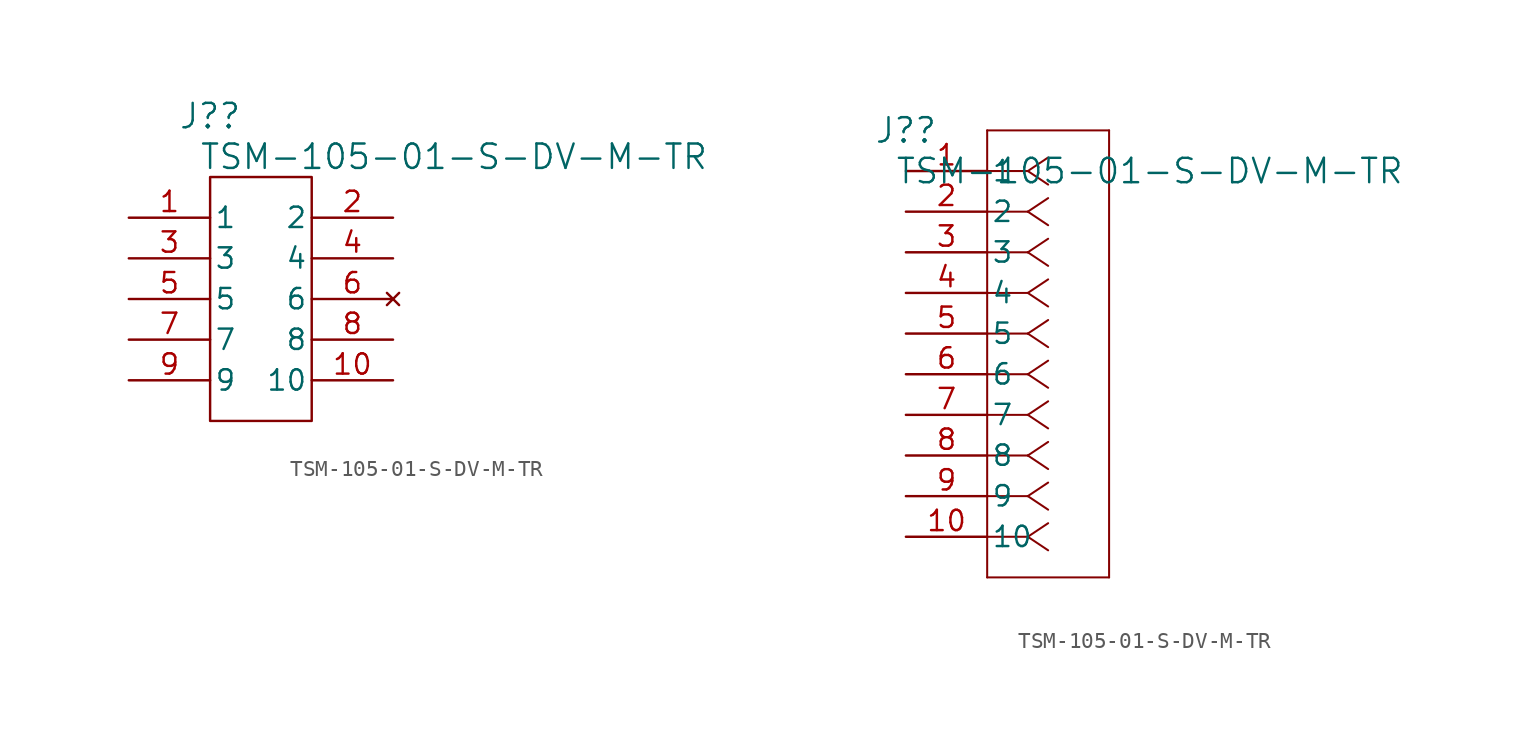
<source format=kicad_sym>
(kicad_symbol_lib
  (version 20220914)
  (generator kicad_symbol_editor)
  (symbol "TSM-105-01-S-DV-M-TR"
    (pin_names
      (offset 0.254))
    (property "Reference" "J?"
      (at 0 2.54 0)
      (effects (font (size 1.524 1.524))))
    (property "Value" "TSM-105-01-S-DV-M-TR"
      (at 15.24 0 0)
      (effects (font (size 1.524 1.524))))
    (property "ki_locked" ""
      (at 0 0 0)
      (effects (font (size 1.27 1.27))))
    (symbol "TSM-105-01-S-DV-M-TR_1_1"
      (rectangle (start 0 -1.27) (end 6.35 -16.51) (stroke (width 0) (type default)) (fill (type none)))
      (pin power_in line (at -5.08 -3.81 0) (length 5.08) (name "1" (effects (font (size 1.27 1.27)))) (number "1" (effects (font (size 1.27 1.27)))))
      (pin bidirectional line (at 11.43 -13.97 180) (length 5.08) (name "10" (effects (font (size 1.27 1.27)))) (number "10" (effects (font (size 1.27 1.27)))))
      (pin bidirectional line (at 11.43 -3.81 180) (length 5.08) (name "2" (effects (font (size 1.27 1.27)))) (number "2" (effects (font (size 1.27 1.27)))))
      (pin power_in line (at -5.08 -6.35 0) (length 5.08) (name "3" (effects (font (size 1.27 1.27)))) (number "3" (effects (font (size 1.27 1.27)))))
      (pin bidirectional line (at 11.43 -6.35 180) (length 5.08) (name "4" (effects (font (size 1.27 1.27)))) (number "4" (effects (font (size 1.27 1.27)))))
      (pin power_in line (at -5.08 -8.89 0) (length 5.08) (name "5" (effects (font (size 1.27 1.27)))) (number "5" (effects (font (size 1.27 1.27)))))
      (pin no_connect line (at 11.43 -8.89 180) (length 5.08) (name "6" (effects (font (size 1.27 1.27)))) (number "6" (effects (font (size 1.27 1.27)))))
      (pin bidirectional line (at -5.08 -11.43 0) (length 5.08) (name "7" (effects (font (size 1.27 1.27)))) (number "7" (effects (font (size 1.27 1.27)))))
      (pin bidirectional line (at 11.43 -11.43 180) (length 5.08) (name "8" (effects (font (size 1.27 1.27)))) (number "8" (effects (font (size 1.27 1.27)))))
      (pin power_in line (at -5.08 -13.97 0) (length 5.08) (name "9" (effects (font (size 1.27 1.27)))) (number "9" (effects (font (size 1.27 1.27))))))
    (symbol "TSM-105-01-S-DV-M-TR_1_2"
      (polyline (pts (xy 5.08 -25.4) (xy 12.7 -25.4)) (stroke (width 0.127) (type default)) (fill (type none)))
      (polyline (pts (xy 5.08 2.54) (xy 5.08 -25.4)) (stroke (width 0.127) (type default)) (fill (type none)))
      (polyline (pts (xy 7.62 -22.86) (xy 5.08 -22.86)) (stroke (width 0.127) (type default)) (fill (type none)))
      (polyline (pts (xy 7.62 -22.86) (xy 8.89 -23.707)) (stroke (width 0.127) (type default)) (fill (type none)))
      (polyline (pts (xy 7.62 -22.86) (xy 8.89 -22.013)) (stroke (width 0.127) (type default)) (fill (type none)))
      (polyline (pts (xy 7.62 -20.32) (xy 5.08 -20.32)) (stroke (width 0.127) (type default)) (fill (type none)))
      (polyline (pts (xy 7.62 -20.32) (xy 8.89 -21.167)) (stroke (width 0.127) (type default)) (fill (type none)))
      (polyline (pts (xy 7.62 -20.32) (xy 8.89 -19.473)) (stroke (width 0.127) (type default)) (fill (type none)))
      (polyline (pts (xy 7.62 -17.78) (xy 5.08 -17.78)) (stroke (width 0.127) (type default)) (fill (type none)))
      (polyline (pts (xy 7.62 -17.78) (xy 8.89 -18.627)) (stroke (width 0.127) (type default)) (fill (type none)))
      (polyline (pts (xy 7.62 -17.78) (xy 8.89 -16.933)) (stroke (width 0.127) (type default)) (fill (type none)))
      (polyline (pts (xy 7.62 -15.24) (xy 5.08 -15.24)) (stroke (width 0.127) (type default)) (fill (type none)))
      (polyline (pts (xy 7.62 -15.24) (xy 8.89 -16.087)) (stroke (width 0.127) (type default)) (fill (type none)))
      (polyline (pts (xy 7.62 -15.24) (xy 8.89 -14.393)) (stroke (width 0.127) (type default)) (fill (type none)))
      (polyline (pts (xy 7.62 -12.7) (xy 5.08 -12.7)) (stroke (width 0.127) (type default)) (fill (type none)))
      (polyline (pts (xy 7.62 -12.7) (xy 8.89 -13.547)) (stroke (width 0.127) (type default)) (fill (type none)))
      (polyline (pts (xy 7.62 -12.7) (xy 8.89 -11.853)) (stroke (width 0.127) (type default)) (fill (type none)))
      (polyline (pts (xy 7.62 -10.16) (xy 5.08 -10.16)) (stroke (width 0.127) (type default)) (fill (type none)))
      (polyline (pts (xy 7.62 -10.16) (xy 8.89 -11.007)) (stroke (width 0.127) (type default)) (fill (type none)))
      (polyline (pts (xy 7.62 -10.16) (xy 8.89 -9.313)) (stroke (width 0.127) (type default)) (fill (type none)))
      (polyline (pts (xy 7.62 -7.62) (xy 5.08 -7.62)) (stroke (width 0.127) (type default)) (fill (type none)))
      (polyline (pts (xy 7.62 -7.62) (xy 8.89 -8.467)) (stroke (width 0.127) (type default)) (fill (type none)))
      (polyline (pts (xy 7.62 -7.62) (xy 8.89 -6.773)) (stroke (width 0.127) (type default)) (fill (type none)))
      (polyline (pts (xy 7.62 -5.08) (xy 5.08 -5.08)) (stroke (width 0.127) (type default)) (fill (type none)))
      (polyline (pts (xy 7.62 -5.08) (xy 8.89 -5.927)) (stroke (width 0.127) (type default)) (fill (type none)))
      (polyline (pts (xy 7.62 -5.08) (xy 8.89 -4.233)) (stroke (width 0.127) (type default)) (fill (type none)))
      (polyline (pts (xy 7.62 -2.54) (xy 5.08 -2.54)) (stroke (width 0.127) (type default)) (fill (type none)))
      (polyline (pts (xy 7.62 -2.54) (xy 8.89 -3.387)) (stroke (width 0.127) (type default)) (fill (type none)))
      (polyline (pts (xy 7.62 -2.54) (xy 8.89 -1.693)) (stroke (width 0.127) (type default)) (fill (type none)))
      (polyline (pts (xy 7.62 0) (xy 5.08 0)) (stroke (width 0.127) (type default)) (fill (type none)))
      (polyline (pts (xy 7.62 0) (xy 8.89 -0.847)) (stroke (width 0.127) (type default)) (fill (type none)))
      (polyline (pts (xy 7.62 0) (xy 8.89 0.847)) (stroke (width 0.127) (type default)) (fill (type none)))
      (polyline (pts (xy 12.7 -25.4) (xy 12.7 2.54)) (stroke (width 0.127) (type default)) (fill (type none)))
      (polyline (pts (xy 12.7 2.54) (xy 5.08 2.54)) (stroke (width 0.127) (type default)) (fill (type none)))
      (pin unspecified line (at 0 0 0) (length 5.08) (name "1" (effects (font (size 1.27 1.27)))) (number "1" (effects (font (size 1.27 1.27)))))
      (pin unspecified line (at 0 -22.86 0) (length 5.08) (name "10" (effects (font (size 1.27 1.27)))) (number "10" (effects (font (size 1.27 1.27)))))
      (pin unspecified line (at 0 -2.54 0) (length 5.08) (name "2" (effects (font (size 1.27 1.27)))) (number "2" (effects (font (size 1.27 1.27)))))
      (pin unspecified line (at 0 -5.08 0) (length 5.08) (name "3" (effects (font (size 1.27 1.27)))) (number "3" (effects (font (size 1.27 1.27)))))
      (pin unspecified line (at 0 -7.62 0) (length 5.08) (name "4" (effects (font (size 1.27 1.27)))) (number "4" (effects (font (size 1.27 1.27)))))
      (pin unspecified line (at 0 -10.16 0) (length 5.08) (name "5" (effects (font (size 1.27 1.27)))) (number "5" (effects (font (size 1.27 1.27)))))
      (pin unspecified line (at 0 -12.7 0) (length 5.08) (name "6" (effects (font (size 1.27 1.27)))) (number "6" (effects (font (size 1.27 1.27)))))
      (pin unspecified line (at 0 -15.24 0) (length 5.08) (name "7" (effects (font (size 1.27 1.27)))) (number "7" (effects (font (size 1.27 1.27)))))
      (pin unspecified line (at 0 -17.78 0) (length 5.08) (name "8" (effects (font (size 1.27 1.27)))) (number "8" (effects (font (size 1.27 1.27)))))
      (pin unspecified line (at 0 -20.32 0) (length 5.08) (name "9" (effects (font (size 1.27 1.27)))) (number "9" (effects (font (size 1.27 1.27))))))))
</source>
